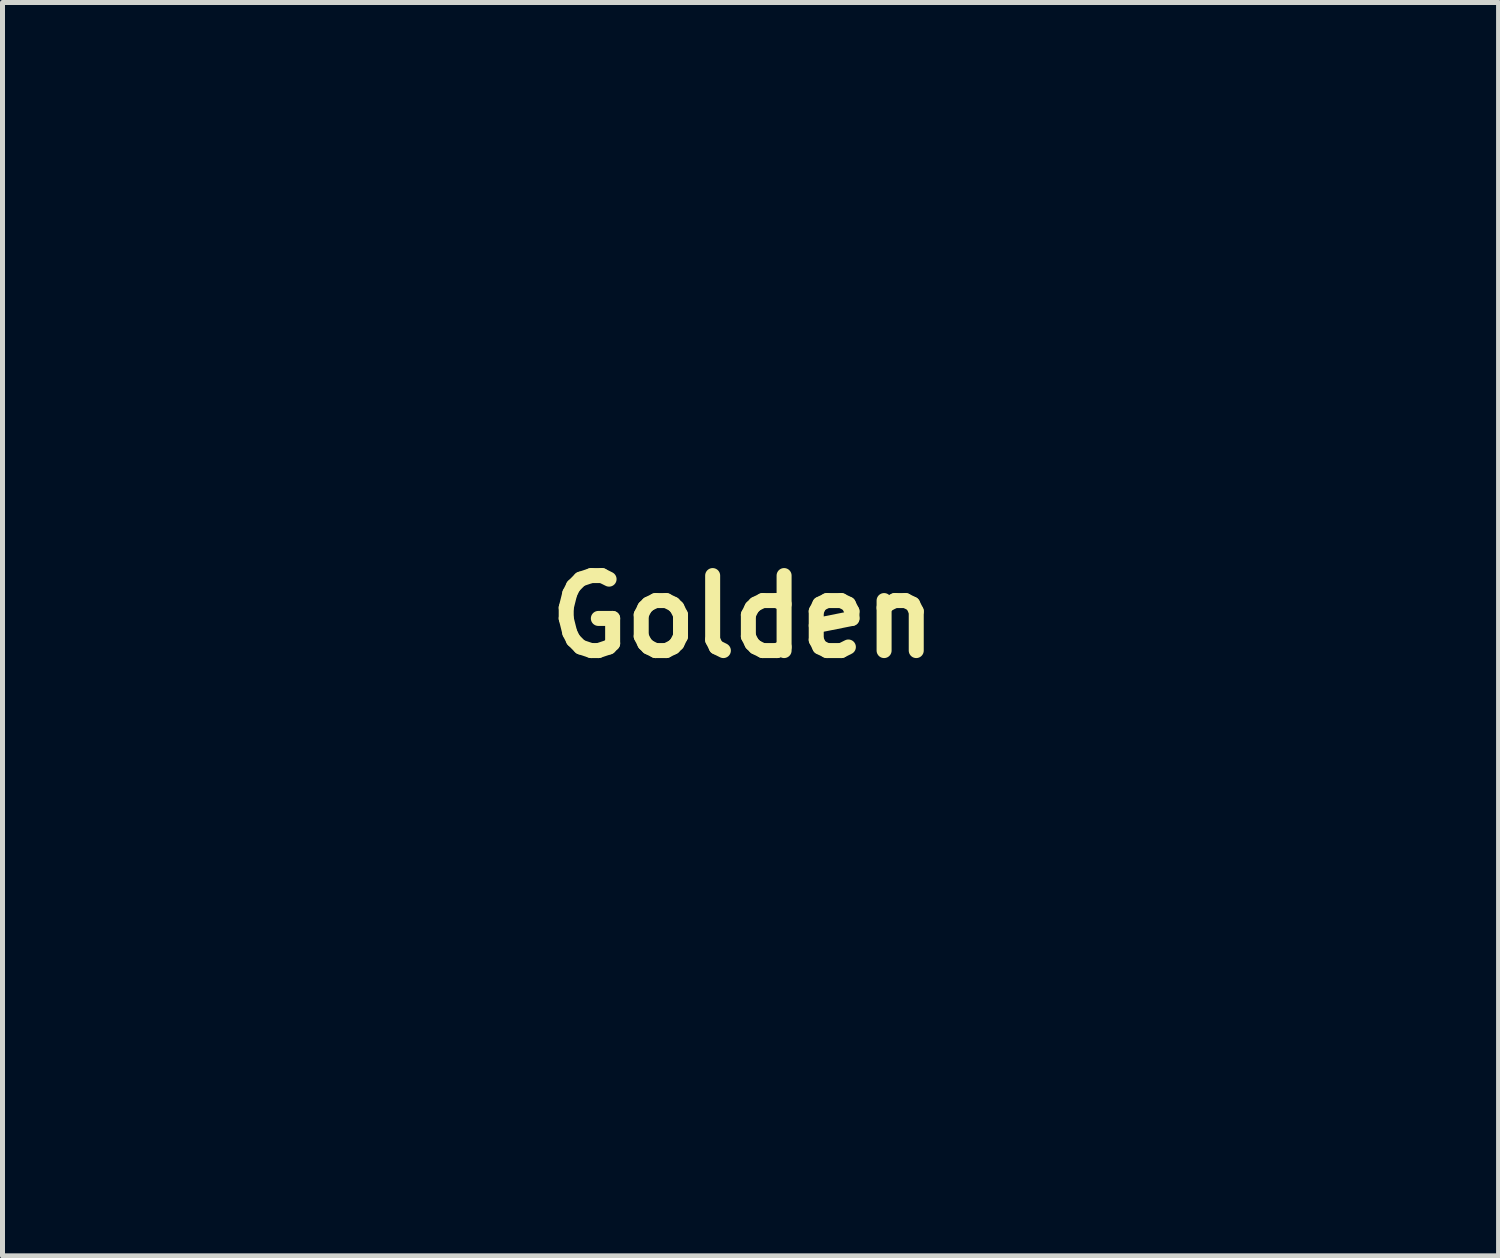
<source format=kicad_pcb>
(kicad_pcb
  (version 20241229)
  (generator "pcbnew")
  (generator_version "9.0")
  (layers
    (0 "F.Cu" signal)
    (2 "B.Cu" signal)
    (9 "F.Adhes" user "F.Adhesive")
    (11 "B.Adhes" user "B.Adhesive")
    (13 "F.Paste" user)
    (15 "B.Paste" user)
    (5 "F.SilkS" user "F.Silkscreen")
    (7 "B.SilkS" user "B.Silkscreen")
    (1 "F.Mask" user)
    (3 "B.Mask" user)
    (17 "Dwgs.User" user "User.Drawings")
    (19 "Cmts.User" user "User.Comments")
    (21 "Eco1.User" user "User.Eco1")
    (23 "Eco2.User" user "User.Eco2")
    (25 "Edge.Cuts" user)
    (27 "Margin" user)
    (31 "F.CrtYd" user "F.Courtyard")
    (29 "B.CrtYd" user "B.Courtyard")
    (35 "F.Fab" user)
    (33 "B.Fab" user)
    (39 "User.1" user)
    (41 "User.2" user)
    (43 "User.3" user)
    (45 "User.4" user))
  (footprint "Golden"
    (layer "F.Cu")
    (at 11.809 9.282)
    (property "Reference" "Golden" (at 0 0 0) (layer "F.SilkS") (effects (font (size 1.5 1.5) (thickness 0.3))))
    (attr board_only exclude_from_pos_files exclude_from_bom)
    (fp_poly (pts (xy -8.003 -9.271) (xy -7.827 -9.253) (xy -7.478 -9.204) (xy -7.139 -9.142) (xy -6.826 -9.069) (xy -6.555 -8.989) (xy -6.345 -8.907) (xy -6.325 -8.898) (xy -6.115 -8.765) (xy -5.899 -8.579) (xy -5.698 -8.36) (xy -5.531 -8.128) (xy -5.455 -7.99) (xy -5.383 -7.818) (xy -5.314 -7.615) (xy -5.268 -7.448) (xy -5.214 -7.257) (xy -5.145 -7.107) (xy -5.043 -6.961) (xy -5.028 -6.942) (xy -4.914 -6.794) (xy -4.815 -6.65) (xy -4.723 -6.493) (xy -4.629 -6.306) (xy -4.523 -6.073) (xy -4.446 -5.894) (xy -4.331 -5.63) (xy -4.234 -5.424) (xy -4.148 -5.263) (xy -4.062 -5.131) (xy -3.969 -5.014) (xy -3.859 -4.898) (xy -3.825 -4.864) (xy -3.718 -4.754) (xy -3.634 -4.657) (xy -3.589 -4.592) (xy -3.586 -4.586) (xy -3.538 -4.535) (xy -3.443 -4.486) (xy -3.4 -4.471) (xy -3.236 -4.413) (xy -3.034 -4.327) (xy -2.821 -4.227) (xy -2.621 -4.124) (xy -2.461 -4.03) (xy -2.421 -4.003) (xy -2.318 -3.94) (xy -2.2 -3.892) (xy -2.045 -3.854) (xy -1.868 -3.823) (xy -1.303 -3.721) (xy -0.768 -3.598) (xy -0.218 -3.441) (xy -0.176 -3.429) (xy 0.372 -3.259) (xy 2.038 -3.217) (xy 2.776 -3.196) (xy 3.443 -3.169) (xy 4.039 -3.137) (xy 4.562 -3.1) (xy 5.011 -3.059) (xy 5.385 -3.013) (xy 5.682 -2.962) (xy 5.865 -2.918) (xy 6.095 -2.84) (xy 6.363 -2.729) (xy 6.649 -2.596) (xy 6.929 -2.452) (xy 7.18 -2.309) (xy 7.379 -2.177) (xy 7.383 -2.174) (xy 7.532 -2.057) (xy 7.713 -1.906) (xy 7.913 -1.733) (xy 8.116 -1.551) (xy 8.308 -1.373) (xy 8.476 -1.211) (xy 8.605 -1.08) (xy 8.653 -1.026) (xy 8.817 -0.821) (xy 8.956 -0.62) (xy 9.076 -0.412) (xy 9.18 -0.186) (xy 9.272 0.068) (xy 9.356 0.361) (xy 9.436 0.702) (xy 9.515 1.103) (xy 9.581 1.474) (xy 9.651 1.864) (xy 9.72 2.193) (xy 9.792 2.474) (xy 9.874 2.724) (xy 9.971 2.959) (xy 10.088 3.193) (xy 10.231 3.443) (xy 10.318 3.585) (xy 10.495 3.853) (xy 10.701 4.131) (xy 10.923 4.41) (xy 11.154 4.676) (xy 11.382 4.92) (xy 11.597 5.129) (xy 11.789 5.293) (xy 11.925 5.386) (xy 12.11 5.494) (xy 12.051 5.638) (xy 11.913 5.894) (xy 11.734 6.086) (xy 11.506 6.224) (xy 11.306 6.293) (xy 11.05 6.363) (xy 10.895 6.211) (xy 10.782 6.091) (xy 10.675 5.962) (xy 10.636 5.91) (xy 10.571 5.826) (xy 10.525 5.782) (xy 10.513 5.78) (xy 10.513 5.825) (xy 10.531 5.921) (xy 10.563 6.044) (xy 10.6 6.17) (xy 10.637 6.275) (xy 10.667 6.336) (xy 10.668 6.337) (xy 10.684 6.383) (xy 10.639 6.414) (xy 10.528 6.431) (xy 10.377 6.437) (xy 10.195 6.423) (xy 10.007 6.38) (xy 9.838 6.316) (xy 9.712 6.241) (xy 9.678 6.209) (xy 9.607 6.154) (xy 9.554 6.172) (xy 9.527 6.258) (xy 9.525 6.298) (xy 9.517 6.388) (xy 9.496 6.536) (xy 9.463 6.725) (xy 9.424 6.936) (xy 9.407 7.02) (xy 9.351 7.33) (xy 9.299 7.684) (xy 9.257 8.046) (xy 9.236 8.279) (xy 9.215 8.509) (xy 9.193 8.717) (xy 9.169 8.889) (xy 9.148 9.009) (xy 9.133 9.057) (xy 9.078 9.142) (xy 8.993 9.252) (xy 8.941 9.312) (xy 8.853 9.415) (xy 8.784 9.505) (xy 8.761 9.541) (xy 8.702 9.589) (xy 8.594 9.638) (xy 8.507 9.665) (xy 8.368 9.692) (xy 8.202 9.71) (xy 8.028 9.719) (xy 7.867 9.719) (xy 7.74 9.709) (xy 7.666 9.688) (xy 7.661 9.684) (xy 7.605 9.663) (xy 7.495 9.645) (xy 7.369 9.635) (xy 7.114 9.623) (xy 7.103 9.444) (xy 7.107 9.309) (xy 7.146 9.174) (xy 7.208 9.043) (xy 7.269 8.914) (xy 7.293 8.826) (xy 7.285 8.797) (xy 7.225 8.786) (xy 7.12 8.79) (xy 7.082 8.795) (xy 6.964 8.801) (xy 6.799 8.796) (xy 6.608 8.782) (xy 6.408 8.761) (xy 6.218 8.735) (xy 6.055 8.706) (xy 5.939 8.677) (xy 5.893 8.656) (xy 5.864 8.586) (xy 5.878 8.536) (xy 7.663 8.536) (xy 7.671 8.621) (xy 7.74 8.66) (xy 7.781 8.663) (xy 7.86 8.644) (xy 7.917 8.575) (xy 7.94 8.525) (xy 7.987 8.393) (xy 8.033 8.234) (xy 8.074 8.059) (xy 8.109 7.882) (xy 8.136 7.717) (xy 8.153 7.577) (xy 8.157 7.474) (xy 8.146 7.422) (xy 8.121 7.43) (xy 8.095 7.48) (xy 8.048 7.587) (xy 7.988 7.733) (xy 7.939 7.859) (xy 7.868 8.04) (xy 7.798 8.21) (xy 7.74 8.345) (xy 7.713 8.402) (xy 7.663 8.536) (xy 5.878 8.536) (xy 5.893 8.477) (xy 5.976 8.336) (xy 6.108 8.173) (xy 6.113 8.168) (xy 6.208 8.059) (xy 6.278 7.973) (xy 6.31 7.924) (xy 6.311 7.921) (xy 6.346 7.878) (xy 6.437 7.838) (xy 6.561 7.81) (xy 6.683 7.8) (xy 6.792 7.796) (xy 6.849 7.77) (xy 6.882 7.704) (xy 6.897 7.653) (xy 6.988 7.289) (xy 7.051 6.948) (xy 7.085 6.647) (xy 7.089 6.435) (xy 7.078 6.273) (xy 7.059 6.163) (xy 7.023 6.076) (xy 6.96 5.987) (xy 6.943 5.965) (xy 6.84 5.85) (xy 6.707 5.719) (xy 6.596 5.622) (xy 6.481 5.532) (xy 6.41 5.487) (xy 6.366 5.481) (xy 6.335 5.508) (xy 6.333 5.51) (xy 6.291 5.553) (xy 6.252 5.53) (xy 6.235 5.511) (xy 6.175 5.464) (xy 6.115 5.45) (xy 6.083 5.471) (xy 6.086 5.497) (xy 6.088 5.572) (xy 6.076 5.625) (xy 6.055 5.668) (xy 6.037 5.647) (xy 6.02 5.578) (xy 5.958 5.441) (xy 5.833 5.277) (xy 5.648 5.093) (xy 5.413 4.897) (xy 5.355 4.853) (xy 5.208 4.74) (xy 5.076 4.632) (xy 4.978 4.546) (xy 4.945 4.513) (xy 4.838 4.361) (xy 4.732 4.159) (xy 4.639 3.932) (xy 4.57 3.707) (xy 4.547 3.594) (xy 4.52 3.431) (xy 4.493 3.279) (xy 4.473 3.175) (xy 4.444 3.038) (xy 4.391 3.136) (xy 4.352 3.23) (xy 4.312 3.365) (xy 4.292 3.449) (xy 4.246 3.665) (xy 4.155 3.514) (xy 4.097 3.425) (xy 4.06 3.398) (xy 4.031 3.422) (xy 4.028 3.428) (xy 4.012 3.497) (xy 4.004 3.619) (xy 4.004 3.769) (xy 4.005 3.785) (xy 4.008 3.924) (xy 4.003 4.028) (xy 3.991 4.075) (xy 3.989 4.077) (xy 3.946 4.044) (xy 3.886 3.96) (xy 3.819 3.846) (xy 3.759 3.722) (xy 3.723 3.626) (xy 3.686 3.519) (xy 3.652 3.446) (xy 3.644 3.435) (xy 3.607 3.438) (xy 3.559 3.506) (xy 3.509 3.629) (xy 3.469 3.763) (xy 3.424 3.939) (xy 3.358 3.814) (xy 3.313 3.706) (xy 3.293 3.614) (xy 3.293 3.608) (xy 3.281 3.538) (xy 3.249 3.537) (xy 3.202 3.601) (xy 3.146 3.725) (xy 3.138 3.747) (xy 3.053 3.959) (xy 2.977 4.112) (xy 2.902 4.22) (xy 2.854 4.271) (xy 2.774 4.336) (xy 2.736 4.338) (xy 2.736 4.272) (xy 2.753 4.195) (xy 2.767 4.094) (xy 2.77 3.969) (xy 2.763 3.844) (xy 2.749 3.742) (xy 2.727 3.688) (xy 2.72 3.685) (xy 2.68 3.707) (xy 2.602 3.764) (xy 2.555 3.801) (xy 2.385 3.907) (xy 2.165 4) (xy 1.921 4.07) (xy 1.75 4.1) (xy 1.51 4.148) (xy 1.338 4.226) (xy 1.229 4.338) (xy 1.176 4.491) (xy 1.17 4.606) (xy 1.164 4.711) (xy 1.146 4.774) (xy 1.134 4.782) (xy 1.081 4.765) (xy 0.981 4.722) (xy 0.862 4.665) (xy 0.672 4.581) (xy 0.535 4.552) (xy 0.445 4.58) (xy 0.397 4.667) (xy 0.385 4.815) (xy 0.387 4.857) (xy 0.388 4.942) (xy 0.37 4.963) (xy 0.337 4.942) (xy 0.285 4.879) (xy 0.222 4.775) (xy 0.194 4.72) (xy 0.14 4.62) (xy 0.094 4.557) (xy 0.078 4.547) (xy 0.043 4.579) (xy -0.006 4.661) (xy -0.026 4.703) (xy -0.076 4.798) (xy -0.117 4.853) (xy -0.128 4.859) (xy -0.162 4.828) (xy -0.21 4.749) (xy -0.223 4.723) (xy -0.272 4.636) (xy -0.311 4.589) (xy -0.318 4.586) (xy -0.348 4.619) (xy -0.384 4.701) (xy -0.391 4.721) (xy -0.449 4.831) (xy -0.541 4.946) (xy -0.581 4.984) (xy -0.725 5.111) (xy -0.738 4.938) (xy -0.756 4.79) (xy -0.792 4.715) (xy -0.855 4.71) (xy -0.955 4.77) (xy -1.021 4.823) (xy -1.131 4.927) (xy -1.221 5.032) (xy -1.26 5.095) (xy -1.305 5.165) (xy -1.341 5.16) (xy -1.365 5.086) (xy -1.372 4.978) (xy -1.387 4.855) (xy -1.425 4.743) (xy -1.474 4.667) (xy -1.505 4.649) (xy -1.545 4.68) (xy -1.58 4.771) (xy -1.608 4.904) (xy -1.628 5.061) (xy -1.637 5.222) (xy -1.633 5.371) (xy -1.613 5.489) (xy -1.606 5.51) (xy -1.58 5.603) (xy -1.601 5.636) (xy -1.672 5.612) (xy -1.685 5.605) (xy -1.758 5.578) (xy -1.793 5.582) (xy -1.796 5.628) (xy -1.783 5.731) (xy -1.757 5.869) (xy -1.75 5.9) (xy -1.715 6.09) (xy -1.694 6.263) (xy -1.686 6.411) (xy -1.691 6.524) (xy -1.707 6.595) (xy -1.733 6.614) (xy -1.769 6.573) (xy -1.813 6.463) (xy -1.816 6.453) (xy -1.874 6.299) (xy -1.933 6.203) (xy -1.985 6.17) (xy -2.019 6.194) (xy -2.044 6.284) (xy -2.05 6.429) (xy -2.039 6.608) (xy -2.013 6.799) (xy -1.973 6.982) (xy -1.942 7.084) (xy -1.881 7.265) (xy -1.85 7.38) (xy -1.849 7.438) (xy -1.881 7.446) (xy -1.947 7.413) (xy -1.985 7.388) (xy -2.099 7.321) (xy -2.186 7.291) (xy -2.231 7.302) (xy -2.234 7.314) (xy -2.214 7.359) (xy -2.163 7.437) (xy -2.155 7.449) (xy -2.067 7.605) (xy -1.999 7.788) (xy -1.963 7.961) (xy -1.96 8.009) (xy -1.96 8.129) (xy -2.093 7.984) (xy -2.252 7.848) (xy -2.431 7.756) (xy -2.603 7.722) (xy -2.604 7.722) (xy -2.671 7.729) (xy -2.683 7.765) (xy -2.662 7.83) (xy -2.609 7.935) (xy -2.559 8.006) (xy -2.523 8.053) (xy -2.543 8.071) (xy -2.622 8.075) (xy -2.744 8.057) (xy -2.865 8.013) (xy -2.957 7.954) (xy -2.988 7.912) (xy -3.027 7.886) (xy -3.05 7.894) (xy -3.085 7.956) (xy -3.095 8.067) (xy -3.08 8.203) (xy -3.053 8.306) (xy -3.027 8.412) (xy -3.046 8.455) (xy -3.113 8.435) (xy -3.182 8.39) (xy -3.282 8.331) (xy -3.352 8.33) (xy -3.365 8.336) (xy -3.446 8.425) (xy -3.521 8.573) (xy -3.58 8.764) (xy -3.609 8.917) (xy -3.67 9.183) (xy -3.767 9.412) (xy -3.894 9.59) (xy -4.037 9.701) (xy -4.156 9.743) (xy -4.308 9.771) (xy -4.465 9.784) (xy -4.594 9.776) (xy -4.645 9.762) (xy -4.726 9.743) (xy -4.853 9.728) (xy -4.963 9.724) (xy -5.134 9.711) (xy -5.234 9.679) (xy -5.252 9.662) (xy -5.331 9.612) (xy -5.38 9.603) (xy -5.428 9.595) (xy -5.445 9.554) (xy -5.436 9.461) (xy -5.433 9.443) (xy -5.396 9.298) (xy -5.34 9.151) (xy -5.33 9.131) (xy -5.283 9.036) (xy -5.255 8.977) (xy -5.252 8.968) (xy -5.289 8.965) (xy -5.389 8.964) (xy -5.537 8.966) (xy -5.719 8.97) (xy -5.727 8.971) (xy -5.932 8.975) (xy -6.075 8.974) (xy -6.171 8.965) (xy -6.238 8.947) (xy -6.292 8.918) (xy -6.307 8.907) (xy -6.424 8.841) (xy -6.538 8.802) (xy -6.619 8.77) (xy -6.659 8.711) (xy -6.657 8.613) (xy -6.616 8.465) (xy -6.583 8.372) (xy -6.479 8.165) (xy -6.348 8.031) (xy -6.186 7.965) (xy -6.094 7.957) (xy -6.003 7.953) (xy -5.935 7.932) (xy -5.868 7.882) (xy -5.783 7.79) (xy -5.725 7.721) (xy -5.649 7.627) (xy -5.586 7.541) (xy -5.535 7.453) (xy -5.495 7.355) (xy -5.464 7.239) (xy -5.442 7.097) (xy -5.425 6.918) (xy -5.414 6.696) (xy -5.407 6.421) (xy -5.403 6.085) (xy -5.4 5.68) (xy -5.4 5.664) (xy -5.398 5.338) (xy -5.399 5.035) (xy -5.401 4.765) (xy -5.405 4.538) (xy -5.41 4.362) (xy -5.416 4.246) (xy -5.423 4.201) (xy -5.459 4.177) (xy -5.515 4.206) (xy -5.561 4.246) (xy -5.637 4.301) (xy -5.736 4.352) (xy -5.837 4.392) (xy -5.918 4.411) (xy -5.956 4.402) (xy -5.957 4.397) (xy -5.938 4.347) (xy -5.899 4.273) (xy -5.852 4.133) (xy -5.846 3.974) (xy -5.881 3.838) (xy -5.883 3.835) (xy -5.913 3.789) (xy -5.944 3.788) (xy -5.997 3.838) (xy -6.038 3.886) (xy -6.151 4.018) (xy -6.152 3.883) (xy -6.168 3.78) (xy -6.206 3.658) (xy -6.255 3.54) (xy -6.307 3.45) (xy -6.352 3.41) (xy -6.355 3.41) (xy -6.399 3.441) (xy -6.414 3.469) (xy -6.455 3.523) (xy -6.498 3.505) (xy -6.53 3.43) (xy -6.57 3.349) (xy -6.627 3.342) (xy -6.695 3.407) (xy -6.738 3.479) (xy -6.814 3.626) (xy -6.856 3.515) (xy -6.878 3.419) (xy -6.893 3.277) (xy -6.899 3.132) (xy -6.903 2.978) (xy -6.918 2.887) (xy -6.947 2.843) (xy -6.96 2.835) (xy -7.037 2.838) (xy -7.066 2.856) (xy -7.137 2.9) (xy -7.18 2.877) (xy -7.183 2.803) (xy -7.178 2.734) (xy -7.208 2.709) (xy -7.286 2.726) (xy -7.383 2.763) (xy -7.496 2.802) (xy -7.593 2.822) (xy -7.604 2.822) (xy -7.65 2.818) (xy -7.658 2.795) (xy -7.625 2.734) (xy -7.586 2.675) (xy -7.518 2.551) (xy -7.47 2.428) (xy -7.463 2.4) (xy -7.45 2.315) (xy -7.473 2.286) (xy -7.55 2.296) (xy -7.565 2.299) (xy -7.648 2.312) (xy -7.671 2.297) (xy -7.648 2.243) (xy -7.608 2.132) (xy -7.621 2.061) (xy -7.676 2.038) (xy -7.751 2.027) (xy -7.768 1.984) (xy -7.73 1.9) (xy -7.699 1.853) (xy -7.64 1.755) (xy -7.607 1.677) (xy -7.604 1.661) (xy -7.64 1.586) (xy -7.736 1.529) (xy -7.873 1.498) (xy -7.995 1.495) (xy -8.112 1.501) (xy -8.17 1.49) (xy -8.19 1.455) (xy -8.192 1.408) (xy -8.175 1.316) (xy -8.13 1.19) (xy -8.094 1.114) (xy -8.041 1.006) (xy -8.005 0.932) (xy -7.996 0.911) (xy -8.031 0.905) (xy -8.12 0.902) (xy -8.171 0.902) (xy -8.302 0.891) (xy -8.423 0.862) (xy -8.512 0.824) (xy -8.545 0.784) (xy -8.519 0.743) (xy -8.456 0.675) (xy -8.447 0.666) (xy -8.347 0.524) (xy -8.292 0.337) (xy -8.288 0.129) (xy -8.292 0.101) (xy -8.311 -0.003) (xy -8.344 -0.055) (xy -8.415 -0.079) (xy -8.498 -0.089) (xy -8.62 -0.114) (xy -8.717 -0.165) (xy -8.822 -0.263) (xy -8.834 -0.276) (xy -8.989 -0.442) (xy -8.777 -0.52) (xy -8.613 -0.593) (xy -8.484 -0.674) (xy -8.406 -0.754) (xy -8.388 -0.802) (xy -8.422 -0.84) (xy -8.507 -0.885) (xy -8.552 -0.903) (xy -8.659 -0.951) (xy -8.723 -1.001) (xy -8.734 -1.04) (xy -8.684 -1.059) (xy -8.676 -1.059) (xy -8.567 -1.077) (xy -8.524 -1.134) (xy -8.544 -1.235) (xy -8.558 -1.266) (xy -8.604 -1.404) (xy -8.624 -1.548) (xy -8.624 -1.554) (xy -8.645 -1.694) (xy -8.698 -1.827) (xy -8.702 -1.833) (xy -8.746 -1.916) (xy -8.77 -1.998) (xy -8.773 -2.095) (xy -8.754 -2.224) (xy -8.712 -2.401) (xy -8.678 -2.532) (xy -8.633 -2.722) (xy -8.604 -2.888) (xy -8.594 -3.008) (xy -8.596 -3.039) (xy -8.62 -3.127) (xy -8.668 -3.265) (xy -8.732 -3.431) (xy -8.777 -3.539) (xy -8.869 -3.774) (xy -8.921 -3.958) (xy -8.937 -4.104) (xy -8.946 -4.253) (xy -8.968 -4.397) (xy -8.977 -4.434) (xy -9.016 -4.575) (xy -9.77 -4.571) (xy -10.042 -4.57) (xy -10.247 -4.573) (xy -10.397 -4.579) (xy -10.504 -4.589) (xy -10.58 -4.605) (xy -10.635 -4.627) (xy -10.643 -4.631) (xy -10.787 -4.729) (xy -10.9 -4.843) (xy -10.965 -4.952) (xy -10.975 -5.004) (xy -10.984 -5.07) (xy -11.024 -5.071) (xy -11.051 -5.058) (xy -11.131 -5.023) (xy -11.164 -5.04) (xy -11.171 -5.12) (xy -11.14 -5.219) (xy -11.058 -5.332) (xy -10.947 -5.439) (xy -10.827 -5.52) (xy -10.745 -5.551) (xy -10.661 -5.575) (xy -10.623 -5.599) (xy -10.623 -5.6) (xy -10.656 -5.628) (xy -10.741 -5.677) (xy -10.849 -5.73) (xy -11.106 -5.887) (xy -11.336 -6.1) (xy -11.507 -6.331) (xy -11.555 -6.436) (xy -11.613 -6.597) (xy -11.673 -6.789) (xy -11.724 -6.979) (xy -11.768 -7.155) (xy -11.798 -7.295) (xy -11.809 -7.405) (xy -11.793 -7.491) (xy -11.742 -7.558) (xy -11.651 -7.612) (xy -11.512 -7.66) (xy -11.317 -7.706) (xy -11.061 -7.756) (xy -10.736 -7.816) (xy -10.701 -7.823) (xy -10.399 -7.88) (xy -10.164 -7.928) (xy -9.987 -7.972) (xy -9.856 -8.017) (xy -9.761 -8.068) (xy -9.694 -8.13) (xy -9.643 -8.209) (xy -9.598 -8.309) (xy -9.565 -8.397) (xy -9.446 -8.611) (xy -9.262 -8.813) (xy -9.023 -8.993) (xy -8.743 -9.141) (xy -8.486 -9.233) (xy -8.371 -9.263) (xy -8.267 -9.279) (xy -8.152 -9.282)) (stroke (width 0) (type solid)) (fill yes) (layer "F.Mask")))
  (gr_rect
    (start -3 -3)
    (end 26.919 22.065)
    (stroke (width 0.1) (type default))
    (fill no)
    (layer "Edge.Cuts")))
</source>
